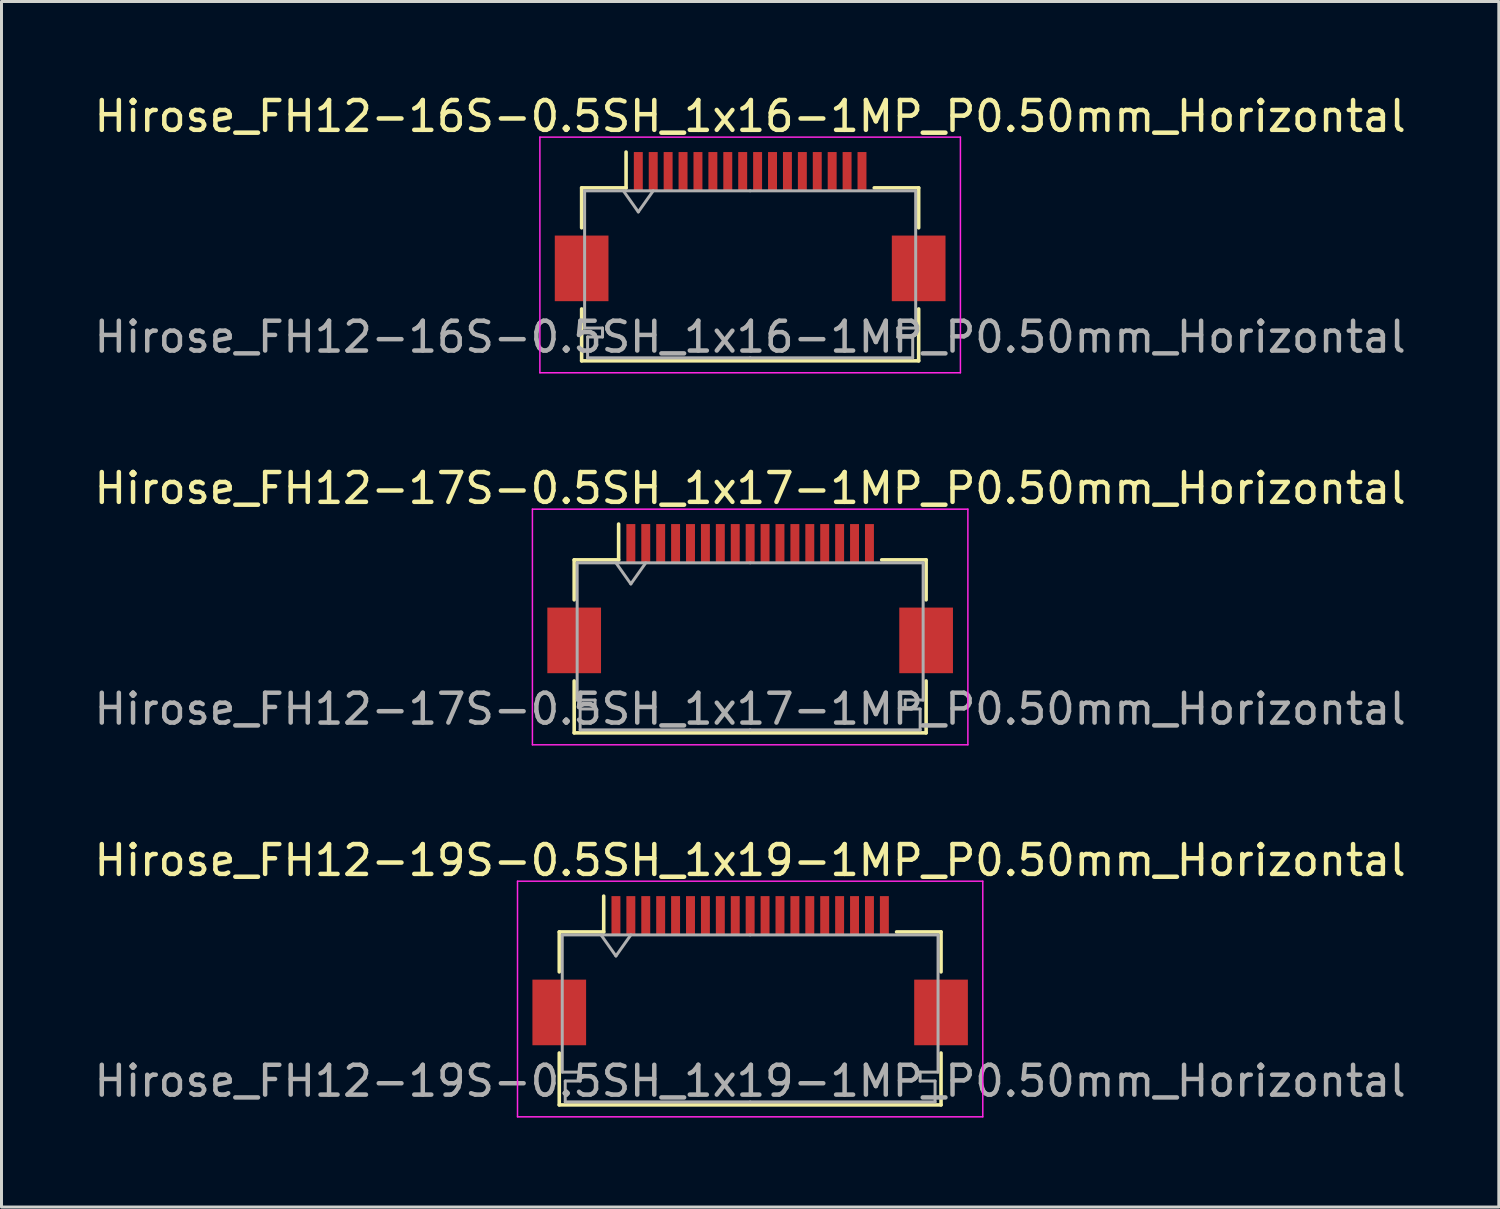
<source format=kicad_pcb>
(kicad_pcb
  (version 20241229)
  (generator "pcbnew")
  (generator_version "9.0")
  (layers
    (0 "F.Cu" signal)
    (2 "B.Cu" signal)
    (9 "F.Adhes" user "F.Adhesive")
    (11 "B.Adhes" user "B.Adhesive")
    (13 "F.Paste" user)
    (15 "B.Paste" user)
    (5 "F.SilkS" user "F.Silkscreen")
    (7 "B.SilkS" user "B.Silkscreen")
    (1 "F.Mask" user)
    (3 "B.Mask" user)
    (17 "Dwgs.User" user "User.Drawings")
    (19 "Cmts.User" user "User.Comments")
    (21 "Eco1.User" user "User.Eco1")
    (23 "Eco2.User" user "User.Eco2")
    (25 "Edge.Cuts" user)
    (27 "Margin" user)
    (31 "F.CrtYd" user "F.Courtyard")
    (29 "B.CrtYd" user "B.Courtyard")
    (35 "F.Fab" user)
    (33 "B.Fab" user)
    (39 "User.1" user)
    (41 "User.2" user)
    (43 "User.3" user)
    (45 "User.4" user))
  (footprint "Hirose_FH12-16S-0.5SH_1x16-1MP_P0.50mm_Horizontal"
    (layer "F.Cu")
    (at 22.101 4.548)
    (property "Reference" "Hirose_FH12-16S-0.5SH_1x16-1MP_P0.50mm_Horizontal" (at 0 -3.7 0) (layer "F.SilkS") (effects (font (size 1 1) (thickness 0.15))))
    (attr smd)
    (fp_line (start -5.65 -1.3) (end -5.65 0.04) (stroke (width 0.12) (type solid)) (layer "F.SilkS"))
    (fp_line (start -5.65 2.76) (end -5.65 4.5) (stroke (width 0.12) (type solid)) (layer "F.SilkS"))
    (fp_line (start -5.65 4.5) (end 5.65 4.5) (stroke (width 0.12) (type solid)) (layer "F.SilkS"))
    (fp_line (start -4.16 -1.3) (end -5.65 -1.3) (stroke (width 0.12) (type solid)) (layer "F.SilkS"))
    (fp_line (start -4.16 -1.3) (end -4.16 -2.5) (stroke (width 0.12) (type solid)) (layer "F.SilkS"))
    (fp_line (start 4.16 -1.3) (end 5.65 -1.3) (stroke (width 0.12) (type solid)) (layer "F.SilkS"))
    (fp_line (start 5.65 -1.3) (end 5.65 0.04) (stroke (width 0.12) (type solid)) (layer "F.SilkS"))
    (fp_line (start 5.65 4.5) (end 5.65 2.76) (stroke (width 0.12) (type solid)) (layer "F.SilkS"))
    (fp_line (start -7.05 -3) (end -7.05 4.9) (stroke (width 0.05) (type solid)) (layer "F.CrtYd"))
    (fp_line (start -7.05 4.9) (end 7.05 4.9) (stroke (width 0.05) (type solid)) (layer "F.CrtYd"))
    (fp_line (start 7.05 -3) (end -7.05 -3) (stroke (width 0.05) (type solid)) (layer "F.CrtYd"))
    (fp_line (start 7.05 4.9) (end 7.05 -3) (stroke (width 0.05) (type solid)) (layer "F.CrtYd"))
    (fp_line (start -5.55 -1.2) (end -5.55 3.4) (stroke (width 0.1) (type solid)) (layer "F.Fab"))
    (fp_line (start -5.55 3.4) (end -4.95 3.4) (stroke (width 0.1) (type solid)) (layer "F.Fab"))
    (fp_line (start -5.45 3.7) (end -5.45 4.4) (stroke (width 0.1) (type solid)) (layer "F.Fab"))
    (fp_line (start -5.45 4.4) (end 0 4.4) (stroke (width 0.1) (type solid)) (layer "F.Fab"))
    (fp_line (start -4.95 3.4) (end -4.95 3.7) (stroke (width 0.1) (type solid)) (layer "F.Fab"))
    (fp_line (start -4.95 3.7) (end -5.45 3.7) (stroke (width 0.1) (type solid)) (layer "F.Fab"))
    (fp_line (start -4.25 -1.2) (end -3.75 -0.493) (stroke (width 0.1) (type solid)) (layer "F.Fab"))
    (fp_line (start -3.75 -0.493) (end -3.25 -1.2) (stroke (width 0.1) (type solid)) (layer "F.Fab"))
    (fp_line (start 0 -1.2) (end -5.55 -1.2) (stroke (width 0.1) (type solid)) (layer "F.Fab"))
    (fp_line (start 0 -1.2) (end 5.55 -1.2) (stroke (width 0.1) (type solid)) (layer "F.Fab"))
    (fp_line (start 4.95 3.4) (end 4.95 3.7) (stroke (width 0.1) (type solid)) (layer "F.Fab"))
    (fp_line (start 4.95 3.7) (end 5.45 3.7) (stroke (width 0.1) (type solid)) (layer "F.Fab"))
    (fp_line (start 5.45 3.7) (end 5.45 4.4) (stroke (width 0.1) (type solid)) (layer "F.Fab"))
    (fp_line (start 5.45 4.4) (end 0 4.4) (stroke (width 0.1) (type solid)) (layer "F.Fab"))
    (fp_line (start 5.55 -1.2) (end 5.55 3.4) (stroke (width 0.1) (type solid)) (layer "F.Fab"))
    (fp_line (start 5.55 3.4) (end 4.95 3.4) (stroke (width 0.1) (type solid)) (layer "F.Fab"))
    (fp_text user "${REFERENCE}" (at 0 3.7 0) (layer "F.Fab") (effects (font (size 1 1) (thickness 0.15))))
    (pad "1" smd rect (at -3.75 -1.85) (size 0.3 1.3) (layers "F.Cu" "F.Mask" "F.Paste"))
    (pad "2" smd rect (at -3.25 -1.85) (size 0.3 1.3) (layers "F.Cu" "F.Mask" "F.Paste"))
    (pad "3" smd rect (at -2.75 -1.85) (size 0.3 1.3) (layers "F.Cu" "F.Mask" "F.Paste"))
    (pad "4" smd rect (at -2.25 -1.85) (size 0.3 1.3) (layers "F.Cu" "F.Mask" "F.Paste"))
    (pad "5" smd rect (at -1.75 -1.85) (size 0.3 1.3) (layers "F.Cu" "F.Mask" "F.Paste"))
    (pad "6" smd rect (at -1.25 -1.85) (size 0.3 1.3) (layers "F.Cu" "F.Mask" "F.Paste"))
    (pad "7" smd rect (at -0.75 -1.85) (size 0.3 1.3) (layers "F.Cu" "F.Mask" "F.Paste"))
    (pad "8" smd rect (at -0.25 -1.85) (size 0.3 1.3) (layers "F.Cu" "F.Mask" "F.Paste"))
    (pad "9" smd rect (at 0.25 -1.85) (size 0.3 1.3) (layers "F.Cu" "F.Mask" "F.Paste"))
    (pad "10" smd rect (at 0.75 -1.85) (size 0.3 1.3) (layers "F.Cu" "F.Mask" "F.Paste"))
    (pad "11" smd rect (at 1.25 -1.85) (size 0.3 1.3) (layers "F.Cu" "F.Mask" "F.Paste"))
    (pad "12" smd rect (at 1.75 -1.85) (size 0.3 1.3) (layers "F.Cu" "F.Mask" "F.Paste"))
    (pad "13" smd rect (at 2.25 -1.85) (size 0.3 1.3) (layers "F.Cu" "F.Mask" "F.Paste"))
    (pad "14" smd rect (at 2.75 -1.85) (size 0.3 1.3) (layers "F.Cu" "F.Mask" "F.Paste"))
    (pad "15" smd rect (at 3.25 -1.85) (size 0.3 1.3) (layers "F.Cu" "F.Mask" "F.Paste"))
    (pad "16" smd rect (at 3.75 -1.85) (size 0.3 1.3) (layers "F.Cu" "F.Mask" "F.Paste"))
    (pad "MP" smd rect (at -5.65 1.4) (size 1.8 2.2) (layers "F.Cu" "F.Mask" "F.Paste"))
    (pad "MP" smd rect (at 5.65 1.4) (size 1.8 2.2) (layers "F.Cu" "F.Mask" "F.Paste")))
  (footprint "Hirose_FH12-19S-0.5SH_1x19-1MP_P0.50mm_Horizontal"
    (layer "F.Cu")
    (at 22.101 29.495)
    (property "Reference" "Hirose_FH12-19S-0.5SH_1x19-1MP_P0.50mm_Horizontal" (at 0 -3.7 0) (layer "F.SilkS") (effects (font (size 1 1) (thickness 0.15))))
    (attr smd)
    (fp_line (start -6.4 -1.3) (end -6.4 0.04) (stroke (width 0.12) (type solid)) (layer "F.SilkS"))
    (fp_line (start -6.4 2.76) (end -6.4 4.5) (stroke (width 0.12) (type solid)) (layer "F.SilkS"))
    (fp_line (start -6.4 4.5) (end 6.4 4.5) (stroke (width 0.12) (type solid)) (layer "F.SilkS"))
    (fp_line (start -4.91 -1.3) (end -6.4 -1.3) (stroke (width 0.12) (type solid)) (layer "F.SilkS"))
    (fp_line (start -4.91 -1.3) (end -4.91 -2.5) (stroke (width 0.12) (type solid)) (layer "F.SilkS"))
    (fp_line (start 4.91 -1.3) (end 6.4 -1.3) (stroke (width 0.12) (type solid)) (layer "F.SilkS"))
    (fp_line (start 6.4 -1.3) (end 6.4 0.04) (stroke (width 0.12) (type solid)) (layer "F.SilkS"))
    (fp_line (start 6.4 4.5) (end 6.4 2.76) (stroke (width 0.12) (type solid)) (layer "F.SilkS"))
    (fp_line (start -7.8 -3) (end -7.8 4.9) (stroke (width 0.05) (type solid)) (layer "F.CrtYd"))
    (fp_line (start -7.8 4.9) (end 7.8 4.9) (stroke (width 0.05) (type solid)) (layer "F.CrtYd"))
    (fp_line (start 7.8 -3) (end -7.8 -3) (stroke (width 0.05) (type solid)) (layer "F.CrtYd"))
    (fp_line (start 7.8 4.9) (end 7.8 -3) (stroke (width 0.05) (type solid)) (layer "F.CrtYd"))
    (fp_line (start -6.3 -1.2) (end -6.3 3.4) (stroke (width 0.1) (type solid)) (layer "F.Fab"))
    (fp_line (start -6.3 3.4) (end -5.7 3.4) (stroke (width 0.1) (type solid)) (layer "F.Fab"))
    (fp_line (start -6.2 3.7) (end -6.2 4.4) (stroke (width 0.1) (type solid)) (layer "F.Fab"))
    (fp_line (start -6.2 4.4) (end 0 4.4) (stroke (width 0.1) (type solid)) (layer "F.Fab"))
    (fp_line (start -5.7 3.4) (end -5.7 3.7) (stroke (width 0.1) (type solid)) (layer "F.Fab"))
    (fp_line (start -5.7 3.7) (end -6.2 3.7) (stroke (width 0.1) (type solid)) (layer "F.Fab"))
    (fp_line (start -5 -1.2) (end -4.5 -0.493) (stroke (width 0.1) (type solid)) (layer "F.Fab"))
    (fp_line (start -4.5 -0.493) (end -4 -1.2) (stroke (width 0.1) (type solid)) (layer "F.Fab"))
    (fp_line (start 0 -1.2) (end -6.3 -1.2) (stroke (width 0.1) (type solid)) (layer "F.Fab"))
    (fp_line (start 0 -1.2) (end 6.3 -1.2) (stroke (width 0.1) (type solid)) (layer "F.Fab"))
    (fp_line (start 5.7 3.4) (end 5.7 3.7) (stroke (width 0.1) (type solid)) (layer "F.Fab"))
    (fp_line (start 5.7 3.7) (end 6.2 3.7) (stroke (width 0.1) (type solid)) (layer "F.Fab"))
    (fp_line (start 6.2 3.7) (end 6.2 4.4) (stroke (width 0.1) (type solid)) (layer "F.Fab"))
    (fp_line (start 6.2 4.4) (end 0 4.4) (stroke (width 0.1) (type solid)) (layer "F.Fab"))
    (fp_line (start 6.3 -1.2) (end 6.3 3.4) (stroke (width 0.1) (type solid)) (layer "F.Fab"))
    (fp_line (start 6.3 3.4) (end 5.7 3.4) (stroke (width 0.1) (type solid)) (layer "F.Fab"))
    (fp_text user "${REFERENCE}" (at 0 3.7 0) (layer "F.Fab") (effects (font (size 1 1) (thickness 0.15))))
    (pad "1" smd rect (at -4.5 -1.85) (size 0.3 1.3) (layers "F.Cu" "F.Mask" "F.Paste"))
    (pad "2" smd rect (at -4 -1.85) (size 0.3 1.3) (layers "F.Cu" "F.Mask" "F.Paste"))
    (pad "3" smd rect (at -3.5 -1.85) (size 0.3 1.3) (layers "F.Cu" "F.Mask" "F.Paste"))
    (pad "4" smd rect (at -3 -1.85) (size 0.3 1.3) (layers "F.Cu" "F.Mask" "F.Paste"))
    (pad "5" smd rect (at -2.5 -1.85) (size 0.3 1.3) (layers "F.Cu" "F.Mask" "F.Paste"))
    (pad "6" smd rect (at -2 -1.85) (size 0.3 1.3) (layers "F.Cu" "F.Mask" "F.Paste"))
    (pad "7" smd rect (at -1.5 -1.85) (size 0.3 1.3) (layers "F.Cu" "F.Mask" "F.Paste"))
    (pad "8" smd rect (at -1 -1.85) (size 0.3 1.3) (layers "F.Cu" "F.Mask" "F.Paste"))
    (pad "9" smd rect (at -0.5 -1.85) (size 0.3 1.3) (layers "F.Cu" "F.Mask" "F.Paste"))
    (pad "10" smd rect (at 0 -1.85) (size 0.3 1.3) (layers "F.Cu" "F.Mask" "F.Paste"))
    (pad "11" smd rect (at 0.5 -1.85) (size 0.3 1.3) (layers "F.Cu" "F.Mask" "F.Paste"))
    (pad "12" smd rect (at 1 -1.85) (size 0.3 1.3) (layers "F.Cu" "F.Mask" "F.Paste"))
    (pad "13" smd rect (at 1.5 -1.85) (size 0.3 1.3) (layers "F.Cu" "F.Mask" "F.Paste"))
    (pad "14" smd rect (at 2 -1.85) (size 0.3 1.3) (layers "F.Cu" "F.Mask" "F.Paste"))
    (pad "15" smd rect (at 2.5 -1.85) (size 0.3 1.3) (layers "F.Cu" "F.Mask" "F.Paste"))
    (pad "16" smd rect (at 3 -1.85) (size 0.3 1.3) (layers "F.Cu" "F.Mask" "F.Paste"))
    (pad "17" smd rect (at 3.5 -1.85) (size 0.3 1.3) (layers "F.Cu" "F.Mask" "F.Paste"))
    (pad "18" smd rect (at 4 -1.85) (size 0.3 1.3) (layers "F.Cu" "F.Mask" "F.Paste"))
    (pad "19" smd rect (at 4.5 -1.85) (size 0.3 1.3) (layers "F.Cu" "F.Mask" "F.Paste"))
    (pad "MP" smd rect (at -6.4 1.4) (size 1.8 2.2) (layers "F.Cu" "F.Mask" "F.Paste"))
    (pad "MP" smd rect (at 6.4 1.4) (size 1.8 2.2) (layers "F.Cu" "F.Mask" "F.Paste")))
  (footprint "Hirose_FH12-17S-0.5SH_1x17-1MP_P0.50mm_Horizontal"
    (layer "F.Cu")
    (at 22.101 17.021)
    (property "Reference" "Hirose_FH12-17S-0.5SH_1x17-1MP_P0.50mm_Horizontal" (at 0 -3.7 0) (layer "F.SilkS") (effects (font (size 1 1) (thickness 0.15))))
    (attr smd)
    (fp_line (start -5.9 -1.3) (end -5.9 0.04) (stroke (width 0.12) (type solid)) (layer "F.SilkS"))
    (fp_line (start -5.9 2.76) (end -5.9 4.5) (stroke (width 0.12) (type solid)) (layer "F.SilkS"))
    (fp_line (start -5.9 4.5) (end 5.9 4.5) (stroke (width 0.12) (type solid)) (layer "F.SilkS"))
    (fp_line (start -4.41 -1.3) (end -5.9 -1.3) (stroke (width 0.12) (type solid)) (layer "F.SilkS"))
    (fp_line (start -4.41 -1.3) (end -4.41 -2.5) (stroke (width 0.12) (type solid)) (layer "F.SilkS"))
    (fp_line (start 4.41 -1.3) (end 5.9 -1.3) (stroke (width 0.12) (type solid)) (layer "F.SilkS"))
    (fp_line (start 5.9 -1.3) (end 5.9 0.04) (stroke (width 0.12) (type solid)) (layer "F.SilkS"))
    (fp_line (start 5.9 4.5) (end 5.9 2.76) (stroke (width 0.12) (type solid)) (layer "F.SilkS"))
    (fp_line (start -7.3 -3) (end -7.3 4.9) (stroke (width 0.05) (type solid)) (layer "F.CrtYd"))
    (fp_line (start -7.3 4.9) (end 7.3 4.9) (stroke (width 0.05) (type solid)) (layer "F.CrtYd"))
    (fp_line (start 7.3 -3) (end -7.3 -3) (stroke (width 0.05) (type solid)) (layer "F.CrtYd"))
    (fp_line (start 7.3 4.9) (end 7.3 -3) (stroke (width 0.05) (type solid)) (layer "F.CrtYd"))
    (fp_line (start -5.8 -1.2) (end -5.8 3.4) (stroke (width 0.1) (type solid)) (layer "F.Fab"))
    (fp_line (start -5.8 3.4) (end -5.2 3.4) (stroke (width 0.1) (type solid)) (layer "F.Fab"))
    (fp_line (start -5.7 3.7) (end -5.7 4.4) (stroke (width 0.1) (type solid)) (layer "F.Fab"))
    (fp_line (start -5.7 4.4) (end 0 4.4) (stroke (width 0.1) (type solid)) (layer "F.Fab"))
    (fp_line (start -5.2 3.4) (end -5.2 3.7) (stroke (width 0.1) (type solid)) (layer "F.Fab"))
    (fp_line (start -5.2 3.7) (end -5.7 3.7) (stroke (width 0.1) (type solid)) (layer "F.Fab"))
    (fp_line (start -4.5 -1.2) (end -4 -0.493) (stroke (width 0.1) (type solid)) (layer "F.Fab"))
    (fp_line (start -4 -0.493) (end -3.5 -1.2) (stroke (width 0.1) (type solid)) (layer "F.Fab"))
    (fp_line (start 0 -1.2) (end -5.8 -1.2) (stroke (width 0.1) (type solid)) (layer "F.Fab"))
    (fp_line (start 0 -1.2) (end 5.8 -1.2) (stroke (width 0.1) (type solid)) (layer "F.Fab"))
    (fp_line (start 5.2 3.4) (end 5.2 3.7) (stroke (width 0.1) (type solid)) (layer "F.Fab"))
    (fp_line (start 5.2 3.7) (end 5.7 3.7) (stroke (width 0.1) (type solid)) (layer "F.Fab"))
    (fp_line (start 5.7 3.7) (end 5.7 4.4) (stroke (width 0.1) (type solid)) (layer "F.Fab"))
    (fp_line (start 5.7 4.4) (end 0 4.4) (stroke (width 0.1) (type solid)) (layer "F.Fab"))
    (fp_line (start 5.8 -1.2) (end 5.8 3.4) (stroke (width 0.1) (type solid)) (layer "F.Fab"))
    (fp_line (start 5.8 3.4) (end 5.2 3.4) (stroke (width 0.1) (type solid)) (layer "F.Fab"))
    (fp_text user "${REFERENCE}" (at 0 3.7 0) (layer "F.Fab") (effects (font (size 1 1) (thickness 0.15))))
    (pad "1" smd rect (at -4 -1.85) (size 0.3 1.3) (layers "F.Cu" "F.Mask" "F.Paste"))
    (pad "2" smd rect (at -3.5 -1.85) (size 0.3 1.3) (layers "F.Cu" "F.Mask" "F.Paste"))
    (pad "3" smd rect (at -3 -1.85) (size 0.3 1.3) (layers "F.Cu" "F.Mask" "F.Paste"))
    (pad "4" smd rect (at -2.5 -1.85) (size 0.3 1.3) (layers "F.Cu" "F.Mask" "F.Paste"))
    (pad "5" smd rect (at -2 -1.85) (size 0.3 1.3) (layers "F.Cu" "F.Mask" "F.Paste"))
    (pad "6" smd rect (at -1.5 -1.85) (size 0.3 1.3) (layers "F.Cu" "F.Mask" "F.Paste"))
    (pad "7" smd rect (at -1 -1.85) (size 0.3 1.3) (layers "F.Cu" "F.Mask" "F.Paste"))
    (pad "8" smd rect (at -0.5 -1.85) (size 0.3 1.3) (layers "F.Cu" "F.Mask" "F.Paste"))
    (pad "9" smd rect (at 0 -1.85) (size 0.3 1.3) (layers "F.Cu" "F.Mask" "F.Paste"))
    (pad "10" smd rect (at 0.5 -1.85) (size 0.3 1.3) (layers "F.Cu" "F.Mask" "F.Paste"))
    (pad "11" smd rect (at 1 -1.85) (size 0.3 1.3) (layers "F.Cu" "F.Mask" "F.Paste"))
    (pad "12" smd rect (at 1.5 -1.85) (size 0.3 1.3) (layers "F.Cu" "F.Mask" "F.Paste"))
    (pad "13" smd rect (at 2 -1.85) (size 0.3 1.3) (layers "F.Cu" "F.Mask" "F.Paste"))
    (pad "14" smd rect (at 2.5 -1.85) (size 0.3 1.3) (layers "F.Cu" "F.Mask" "F.Paste"))
    (pad "15" smd rect (at 3 -1.85) (size 0.3 1.3) (layers "F.Cu" "F.Mask" "F.Paste"))
    (pad "16" smd rect (at 3.5 -1.85) (size 0.3 1.3) (layers "F.Cu" "F.Mask" "F.Paste"))
    (pad "17" smd rect (at 4 -1.85) (size 0.3 1.3) (layers "F.Cu" "F.Mask" "F.Paste"))
    (pad "MP" smd rect (at -5.9 1.4) (size 1.8 2.2) (layers "F.Cu" "F.Mask" "F.Paste"))
    (pad "MP" smd rect (at 5.9 1.4) (size 1.8 2.2) (layers "F.Cu" "F.Mask" "F.Paste")))
  (gr_rect
    (start -3 -3)
    (end 47.202 37.42)
    (stroke (width 0.1) (type default))
    (fill no)
    (layer "Edge.Cuts")))
</source>
